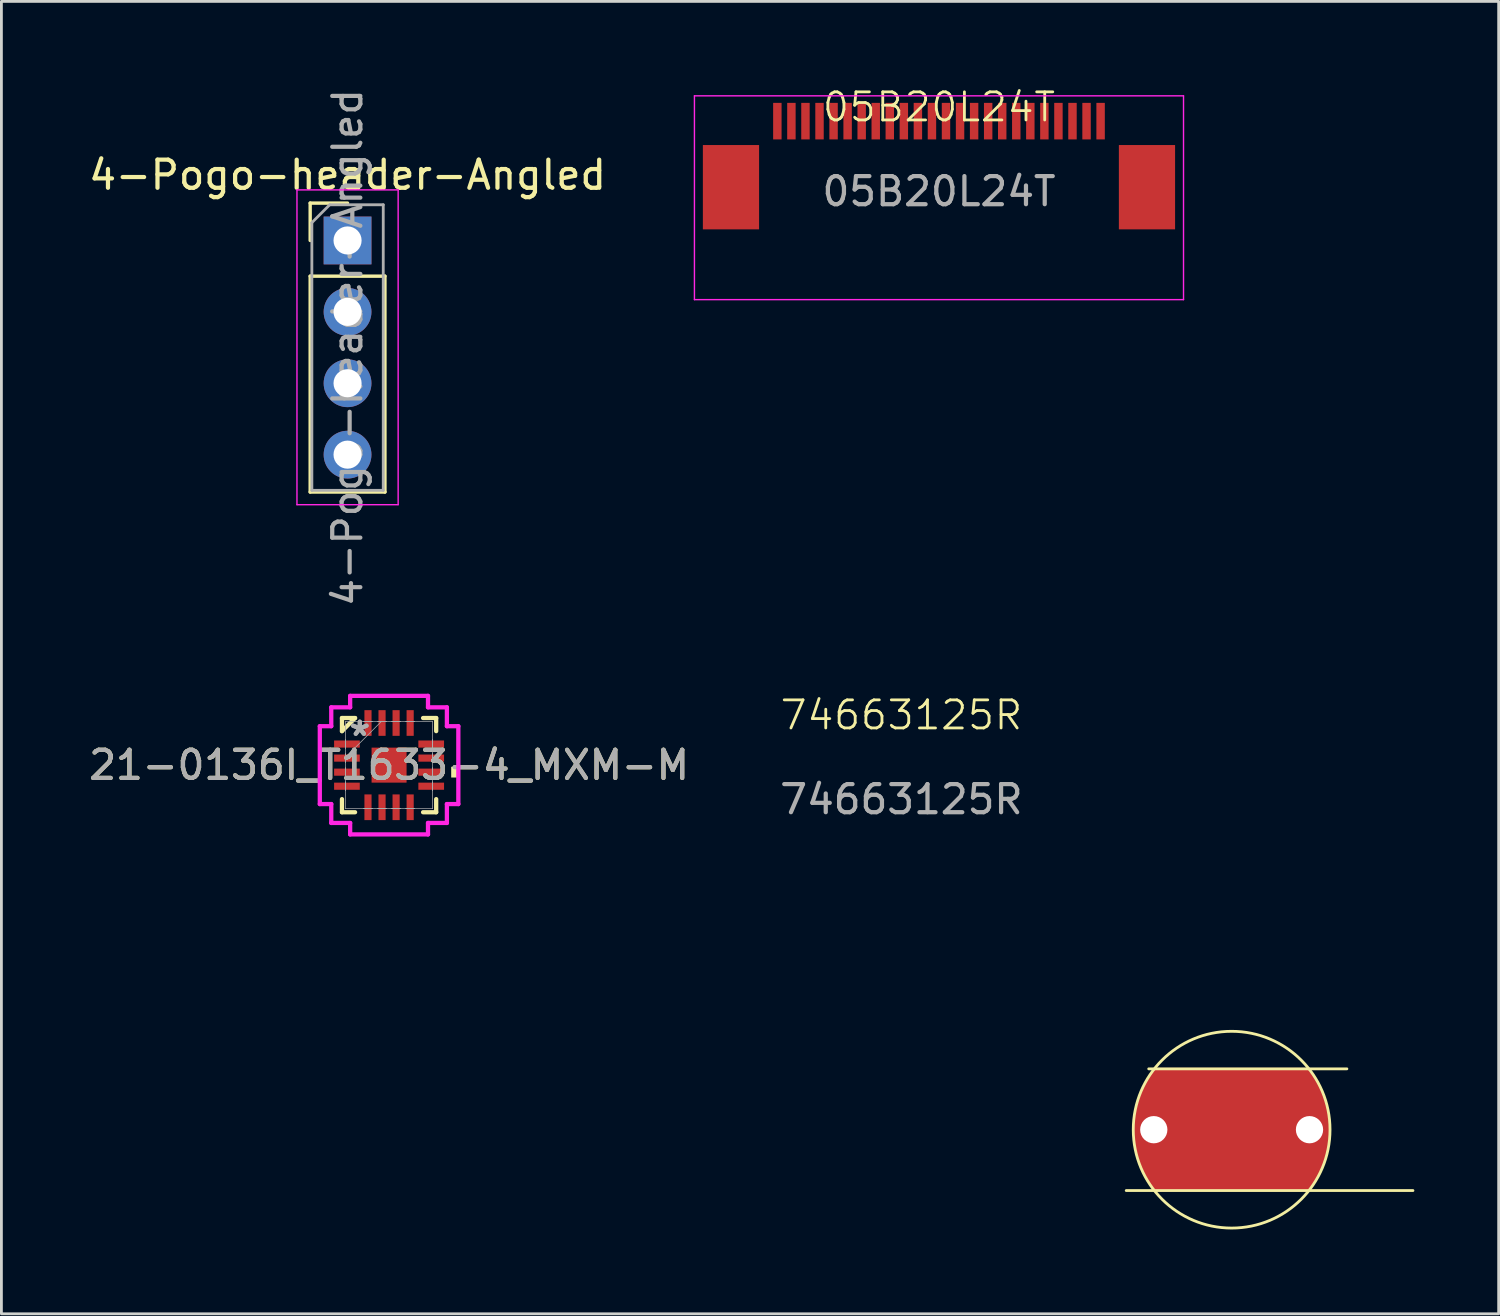
<source format=kicad_pcb>
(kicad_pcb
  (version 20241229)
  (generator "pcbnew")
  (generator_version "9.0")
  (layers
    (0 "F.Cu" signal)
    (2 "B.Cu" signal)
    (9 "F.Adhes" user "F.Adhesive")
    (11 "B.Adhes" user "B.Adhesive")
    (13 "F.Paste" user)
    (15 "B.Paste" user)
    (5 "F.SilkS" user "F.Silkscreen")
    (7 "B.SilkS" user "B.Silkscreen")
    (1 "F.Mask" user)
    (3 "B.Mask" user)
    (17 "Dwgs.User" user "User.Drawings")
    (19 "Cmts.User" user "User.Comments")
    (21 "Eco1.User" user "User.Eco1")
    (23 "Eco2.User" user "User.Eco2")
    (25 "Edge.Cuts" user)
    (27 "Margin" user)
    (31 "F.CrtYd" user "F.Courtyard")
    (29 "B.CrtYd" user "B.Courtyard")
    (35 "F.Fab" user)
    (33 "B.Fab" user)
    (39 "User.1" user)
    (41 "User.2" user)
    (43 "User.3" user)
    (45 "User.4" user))
  (footprint "21-0136I_T1633-4_MXM-M"
    (layer "F.Cu")
    (at 10.792 24.171)
    (property "Reference" "21-0136I_T1633-4_MXM-M" (at 0 0 0) (unlocked yes) (layer "F.SilkS") (effects (font (size 1 1) (thickness 0.15))))
    (attr smd)
    (fp_line (start -1.676 -1.676) (end -1.676 -1.21) (stroke (width 0.152) (type solid)) (layer "F.SilkS"))
    (fp_line (start -1.676 1.21) (end -1.676 1.676) (stroke (width 0.152) (type solid)) (layer "F.SilkS"))
    (fp_line (start -1.676 1.676) (end -1.21 1.676) (stroke (width 0.152) (type solid)) (layer "F.SilkS"))
    (fp_line (start -1.21 -1.676) (end -1.676 -1.676) (stroke (width 0.152) (type solid)) (layer "F.SilkS"))
    (fp_line (start -1.21 -1.676) (end -1.676 -1.21) (stroke (width 0.152) (type default)) (layer "F.SilkS"))
    (fp_line (start 1.21 1.676) (end 1.676 1.676) (stroke (width 0.152) (type solid)) (layer "F.SilkS"))
    (fp_line (start 1.676 -1.676) (end 1.21 -1.676) (stroke (width 0.152) (type solid)) (layer "F.SilkS"))
    (fp_line (start 1.676 -1.21) (end 1.676 -1.676) (stroke (width 0.152) (type solid)) (layer "F.SilkS"))
    (fp_line (start 1.676 1.676) (end 1.676 1.21) (stroke (width 0.152) (type solid)) (layer "F.SilkS"))
    (fp_poly (pts (xy 2.464 0.059) (xy 2.464 0.441) (xy 2.21 0.441) (xy 2.21 0.059)) (stroke (width 0) (type solid)) (fill yes) (layer "F.SilkS"))
    (fp_line (start -2.464 -1.385) (end -2.057 -1.385) (stroke (width 0.152) (type solid)) (layer "F.CrtYd"))
    (fp_line (start -2.464 1.385) (end -2.464 -1.385) (stroke (width 0.152) (type solid)) (layer "F.CrtYd"))
    (fp_line (start -2.057 -2.057) (end -1.385 -2.057) (stroke (width 0.152) (type solid)) (layer "F.CrtYd"))
    (fp_line (start -2.057 -1.385) (end -2.057 -2.057) (stroke (width 0.152) (type solid)) (layer "F.CrtYd"))
    (fp_line (start -2.057 1.385) (end -2.464 1.385) (stroke (width 0.152) (type solid)) (layer "F.CrtYd"))
    (fp_line (start -2.057 2.057) (end -2.057 1.385) (stroke (width 0.152) (type solid)) (layer "F.CrtYd"))
    (fp_line (start -1.385 -2.464) (end 1.385 -2.464) (stroke (width 0.152) (type solid)) (layer "F.CrtYd"))
    (fp_line (start -1.385 -2.057) (end -1.385 -2.464) (stroke (width 0.152) (type solid)) (layer "F.CrtYd"))
    (fp_line (start -1.385 2.057) (end -2.057 2.057) (stroke (width 0.152) (type solid)) (layer "F.CrtYd"))
    (fp_line (start -1.385 2.464) (end -1.385 2.057) (stroke (width 0.152) (type solid)) (layer "F.CrtYd"))
    (fp_line (start 1.385 -2.464) (end 1.385 -2.057) (stroke (width 0.152) (type solid)) (layer "F.CrtYd"))
    (fp_line (start 1.385 -2.057) (end 2.057 -2.057) (stroke (width 0.152) (type solid)) (layer "F.CrtYd"))
    (fp_line (start 1.385 2.057) (end 1.385 2.464) (stroke (width 0.152) (type solid)) (layer "F.CrtYd"))
    (fp_line (start 1.385 2.464) (end -1.385 2.464) (stroke (width 0.152) (type solid)) (layer "F.CrtYd"))
    (fp_line (start 2.057 -2.057) (end 2.057 -1.385) (stroke (width 0.152) (type solid)) (layer "F.CrtYd"))
    (fp_line (start 2.057 -1.385) (end 2.464 -1.385) (stroke (width 0.152) (type solid)) (layer "F.CrtYd"))
    (fp_line (start 2.057 1.385) (end 2.057 2.057) (stroke (width 0.152) (type solid)) (layer "F.CrtYd"))
    (fp_line (start 2.057 2.057) (end 1.385 2.057) (stroke (width 0.152) (type solid)) (layer "F.CrtYd"))
    (fp_line (start 2.464 -1.385) (end 2.464 1.385) (stroke (width 0.152) (type solid)) (layer "F.CrtYd"))
    (fp_line (start 2.464 1.385) (end 2.057 1.385) (stroke (width 0.152) (type solid)) (layer "F.CrtYd"))
    (fp_line (start -1.549 -1.549) (end -1.549 -1.549) (stroke (width 0.025) (type solid)) (layer "F.Fab"))
    (fp_line (start -1.549 -1.549) (end -1.549 1.549) (stroke (width 0.025) (type solid)) (layer "F.Fab"))
    (fp_line (start -1.549 -0.902) (end -1.549 -0.902) (stroke (width 0.025) (type solid)) (layer "F.Fab"))
    (fp_line (start -1.549 -0.902) (end -1.549 -0.598) (stroke (width 0.025) (type solid)) (layer "F.Fab"))
    (fp_line (start -1.549 -0.598) (end -1.549 -0.902) (stroke (width 0.025) (type solid)) (layer "F.Fab"))
    (fp_line (start -1.549 -0.598) (end -1.549 -0.598) (stroke (width 0.025) (type solid)) (layer "F.Fab"))
    (fp_line (start -1.549 -0.402) (end -1.549 -0.402) (stroke (width 0.025) (type solid)) (layer "F.Fab"))
    (fp_line (start -1.549 -0.402) (end -1.549 -0.098) (stroke (width 0.025) (type solid)) (layer "F.Fab"))
    (fp_line (start -1.549 -0.279) (end -0.279 -1.549) (stroke (width 0.025) (type solid)) (layer "F.Fab"))
    (fp_line (start -1.549 -0.098) (end -1.549 -0.402) (stroke (width 0.025) (type solid)) (layer "F.Fab"))
    (fp_line (start -1.549 -0.098) (end -1.549 -0.098) (stroke (width 0.025) (type solid)) (layer "F.Fab"))
    (fp_line (start -1.549 0.098) (end -1.549 0.098) (stroke (width 0.025) (type solid)) (layer "F.Fab"))
    (fp_line (start -1.549 0.098) (end -1.549 0.402) (stroke (width 0.025) (type solid)) (layer "F.Fab"))
    (fp_line (start -1.549 0.402) (end -1.549 0.098) (stroke (width 0.025) (type solid)) (layer "F.Fab"))
    (fp_line (start -1.549 0.402) (end -1.549 0.402) (stroke (width 0.025) (type solid)) (layer "F.Fab"))
    (fp_line (start -1.549 0.598) (end -1.549 0.598) (stroke (width 0.025) (type solid)) (layer "F.Fab"))
    (fp_line (start -1.549 0.598) (end -1.549 0.902) (stroke (width 0.025) (type solid)) (layer "F.Fab"))
    (fp_line (start -1.549 0.902) (end -1.549 0.598) (stroke (width 0.025) (type solid)) (layer "F.Fab"))
    (fp_line (start -1.549 0.902) (end -1.549 0.902) (stroke (width 0.025) (type solid)) (layer "F.Fab"))
    (fp_line (start -1.549 1.549) (end -1.549 1.549) (stroke (width 0.025) (type solid)) (layer "F.Fab"))
    (fp_line (start -1.549 1.549) (end 1.549 1.549) (stroke (width 0.025) (type solid)) (layer "F.Fab"))
    (fp_line (start -0.902 -1.549) (end -0.902 -1.549) (stroke (width 0.025) (type solid)) (layer "F.Fab"))
    (fp_line (start -0.902 -1.549) (end -0.598 -1.549) (stroke (width 0.025) (type solid)) (layer "F.Fab"))
    (fp_line (start -0.902 1.549) (end -0.902 1.549) (stroke (width 0.025) (type solid)) (layer "F.Fab"))
    (fp_line (start -0.902 1.549) (end -0.598 1.549) (stroke (width 0.025) (type solid)) (layer "F.Fab"))
    (fp_line (start -0.598 -1.549) (end -0.902 -1.549) (stroke (width 0.025) (type solid)) (layer "F.Fab"))
    (fp_line (start -0.598 -1.549) (end -0.598 -1.549) (stroke (width 0.025) (type solid)) (layer "F.Fab"))
    (fp_line (start -0.598 1.549) (end -0.902 1.549) (stroke (width 0.025) (type solid)) (layer "F.Fab"))
    (fp_line (start -0.598 1.549) (end -0.598 1.549) (stroke (width 0.025) (type solid)) (layer "F.Fab"))
    (fp_line (start -0.402 -1.549) (end -0.402 -1.549) (stroke (width 0.025) (type solid)) (layer "F.Fab"))
    (fp_line (start -0.402 -1.549) (end -0.098 -1.549) (stroke (width 0.025) (type solid)) (layer "F.Fab"))
    (fp_line (start -0.402 1.549) (end -0.402 1.549) (stroke (width 0.025) (type solid)) (layer "F.Fab"))
    (fp_line (start -0.402 1.549) (end -0.098 1.549) (stroke (width 0.025) (type solid)) (layer "F.Fab"))
    (fp_line (start -0.098 -1.549) (end -0.402 -1.549) (stroke (width 0.025) (type solid)) (layer "F.Fab"))
    (fp_line (start -0.098 -1.549) (end -0.098 -1.549) (stroke (width 0.025) (type solid)) (layer "F.Fab"))
    (fp_line (start -0.098 1.549) (end -0.402 1.549) (stroke (width 0.025) (type solid)) (layer "F.Fab"))
    (fp_line (start -0.098 1.549) (end -0.098 1.549) (stroke (width 0.025) (type solid)) (layer "F.Fab"))
    (fp_line (start 0.098 -1.549) (end 0.098 -1.549) (stroke (width 0.025) (type solid)) (layer "F.Fab"))
    (fp_line (start 0.098 -1.549) (end 0.402 -1.549) (stroke (width 0.025) (type solid)) (layer "F.Fab"))
    (fp_line (start 0.098 1.549) (end 0.098 1.549) (stroke (width 0.025) (type solid)) (layer "F.Fab"))
    (fp_line (start 0.098 1.549) (end 0.402 1.549) (stroke (width 0.025) (type solid)) (layer "F.Fab"))
    (fp_line (start 0.402 -1.549) (end 0.098 -1.549) (stroke (width 0.025) (type solid)) (layer "F.Fab"))
    (fp_line (start 0.402 -1.549) (end 0.402 -1.549) (stroke (width 0.025) (type solid)) (layer "F.Fab"))
    (fp_line (start 0.402 1.549) (end 0.098 1.549) (stroke (width 0.025) (type solid)) (layer "F.Fab"))
    (fp_line (start 0.402 1.549) (end 0.402 1.549) (stroke (width 0.025) (type solid)) (layer "F.Fab"))
    (fp_line (start 0.598 -1.549) (end 0.598 -1.549) (stroke (width 0.025) (type solid)) (layer "F.Fab"))
    (fp_line (start 0.598 -1.549) (end 0.902 -1.549) (stroke (width 0.025) (type solid)) (layer "F.Fab"))
    (fp_line (start 0.598 1.549) (end 0.598 1.549) (stroke (width 0.025) (type solid)) (layer "F.Fab"))
    (fp_line (start 0.598 1.549) (end 0.902 1.549) (stroke (width 0.025) (type solid)) (layer "F.Fab"))
    (fp_line (start 0.902 -1.549) (end 0.598 -1.549) (stroke (width 0.025) (type solid)) (layer "F.Fab"))
    (fp_line (start 0.902 -1.549) (end 0.902 -1.549) (stroke (width 0.025) (type solid)) (layer "F.Fab"))
    (fp_line (start 0.902 1.549) (end 0.598 1.549) (stroke (width 0.025) (type solid)) (layer "F.Fab"))
    (fp_line (start 0.902 1.549) (end 0.902 1.549) (stroke (width 0.025) (type solid)) (layer "F.Fab"))
    (fp_line (start 1.549 -1.549) (end -1.549 -1.549) (stroke (width 0.025) (type solid)) (layer "F.Fab"))
    (fp_line (start 1.549 -1.549) (end 1.549 -1.549) (stroke (width 0.025) (type solid)) (layer "F.Fab"))
    (fp_line (start 1.549 -0.902) (end 1.549 -0.902) (stroke (width 0.025) (type solid)) (layer "F.Fab"))
    (fp_line (start 1.549 -0.902) (end 1.549 -0.598) (stroke (width 0.025) (type solid)) (layer "F.Fab"))
    (fp_line (start 1.549 -0.598) (end 1.549 -0.902) (stroke (width 0.025) (type solid)) (layer "F.Fab"))
    (fp_line (start 1.549 -0.598) (end 1.549 -0.598) (stroke (width 0.025) (type solid)) (layer "F.Fab"))
    (fp_line (start 1.549 -0.402) (end 1.549 -0.402) (stroke (width 0.025) (type solid)) (layer "F.Fab"))
    (fp_line (start 1.549 -0.402) (end 1.549 -0.098) (stroke (width 0.025) (type solid)) (layer "F.Fab"))
    (fp_line (start 1.549 -0.098) (end 1.549 -0.402) (stroke (width 0.025) (type solid)) (layer "F.Fab"))
    (fp_line (start 1.549 -0.098) (end 1.549 -0.098) (stroke (width 0.025) (type solid)) (layer "F.Fab"))
    (fp_line (start 1.549 0.098) (end 1.549 0.098) (stroke (width 0.025) (type solid)) (layer "F.Fab"))
    (fp_line (start 1.549 0.098) (end 1.549 0.402) (stroke (width 0.025) (type solid)) (layer "F.Fab"))
    (fp_line (start 1.549 0.402) (end 1.549 0.098) (stroke (width 0.025) (type solid)) (layer "F.Fab"))
    (fp_line (start 1.549 0.402) (end 1.549 0.402) (stroke (width 0.025) (type solid)) (layer "F.Fab"))
    (fp_line (start 1.549 0.598) (end 1.549 0.598) (stroke (width 0.025) (type solid)) (layer "F.Fab"))
    (fp_line (start 1.549 0.598) (end 1.549 0.902) (stroke (width 0.025) (type solid)) (layer "F.Fab"))
    (fp_line (start 1.549 0.902) (end 1.549 0.598) (stroke (width 0.025) (type solid)) (layer "F.Fab"))
    (fp_line (start 1.549 0.902) (end 1.549 0.902) (stroke (width 0.025) (type solid)) (layer "F.Fab"))
    (fp_line (start 1.549 1.549) (end 1.549 -1.549) (stroke (width 0.025) (type solid)) (layer "F.Fab"))
    (fp_line (start 1.549 1.549) (end 1.549 1.549) (stroke (width 0.025) (type solid)) (layer "F.Fab"))
    (fp_text user "${REFERENCE}" (at 0 0 0) (unlocked yes) (layer "F.Fab") (effects (font (size 1 1) (thickness 0.15))))
    (fp_text user "*" (at -1.041 -1 0) (unlocked yes) (layer "F.Fab") (effects (font (size 1 1) (thickness 0.15))))
    (fp_text user "*" (at -1.041 -1 0) (layer "F.Fab") (effects (font (size 1 1) (thickness 0.15))))
    (pad "1" smd rect (at -1.499 -0.75 90) (size 0.254 0.914) (layers "F.Cu" "F.Mask" "F.Paste"))
    (pad "2" smd rect (at -1.499 -0.25 90) (size 0.254 0.914) (layers "F.Cu" "F.Mask" "F.Paste"))
    (pad "3" smd rect (at -1.499 0.25 90) (size 0.254 0.914) (layers "F.Cu" "F.Mask" "F.Paste"))
    (pad "4" smd rect (at -1.499 0.75 90) (size 0.254 0.914) (layers "F.Cu" "F.Mask" "F.Paste"))
    (pad "5" smd rect (at -0.75 1.499) (size 0.254 0.914) (layers "F.Cu" "F.Mask" "F.Paste"))
    (pad "6" smd rect (at -0.25 1.499) (size 0.254 0.914) (layers "F.Cu" "F.Mask" "F.Paste"))
    (pad "7" smd rect (at 0.25 1.499) (size 0.254 0.914) (layers "F.Cu" "F.Mask" "F.Paste"))
    (pad "8" smd rect (at 0.75 1.499) (size 0.254 0.914) (layers "F.Cu" "F.Mask" "F.Paste"))
    (pad "9" smd rect (at 1.499 0.75 90) (size 0.254 0.914) (layers "F.Cu" "F.Mask" "F.Paste"))
    (pad "10" smd rect (at 1.499 0.25 90) (size 0.254 0.914) (layers "F.Cu" "F.Mask" "F.Paste"))
    (pad "11" smd rect (at 1.499 -0.25 90) (size 0.254 0.914) (layers "F.Cu" "F.Mask" "F.Paste"))
    (pad "12" smd rect (at 1.499 -0.75 90) (size 0.254 0.914) (layers "F.Cu" "F.Mask" "F.Paste"))
    (pad "13" smd rect (at 0.75 -1.499) (size 0.254 0.914) (layers "F.Cu" "F.Mask" "F.Paste"))
    (pad "14" smd rect (at 0.25 -1.499) (size 0.254 0.914) (layers "F.Cu" "F.Mask" "F.Paste"))
    (pad "15" smd rect (at -0.25 -1.499) (size 0.254 0.914) (layers "F.Cu" "F.Mask" "F.Paste"))
    (pad "16" smd rect (at -0.75 -1.499) (size 0.254 0.914) (layers "F.Cu" "F.Mask" "F.Paste"))
    (pad "17" smd rect (at 0 0) (size 1.245 1.245) (layers "F.Cu" "F.Mask" "F.Paste")))
  (footprint "05B20L24T"
    (layer "F.Cu")
    (at 30.356 1.26)
    (property "Reference" "05B20L24T" (at 0 -0.5 0) (unlocked yes) (layer "F.SilkS") (effects (font (size 1 1) (thickness 0.1))))
    (attr smd)
    (fp_line (start -8.7 -0.9) (end -8.7 6.35) (stroke (width 0.05) (type default)) (layer "F.CrtYd"))
    (fp_line (start -8.7 -0.9) (end 8.7 -0.9) (stroke (width 0.05) (type default)) (layer "F.CrtYd"))
    (fp_line (start -8.7 6.35) (end 8.7 6.35) (stroke (width 0.05) (type default)) (layer "F.CrtYd"))
    (fp_line (start 8.7 -0.9) (end 8.7 6.35) (stroke (width 0.05) (type default)) (layer "F.CrtYd"))
    (fp_text user "${REFERENCE}" (at 0 2.5 0) (unlocked yes) (layer "F.Fab") (effects (font (size 1 1) (thickness 0.15))))
    (pad "0" smd rect (at -7.4 2.35) (size 2 3) (layers "F.Cu" "F.Mask" "F.Paste"))
    (pad "0" smd rect (at 7.4 2.35) (size 2 3) (layers "F.Cu" "F.Mask" "F.Paste"))
    (pad "1" smd rect (at -5.75 0) (size 0.3 1.3) (layers "F.Cu" "F.Mask" "F.Paste"))
    (pad "2" smd rect (at -5.25 0) (size 0.3 1.3) (layers "F.Cu" "F.Mask" "F.Paste"))
    (pad "3" smd rect (at -4.75 0) (size 0.3 1.3) (layers "F.Cu" "F.Mask" "F.Paste"))
    (pad "4" smd rect (at -4.25 0) (size 0.3 1.3) (layers "F.Cu" "F.Mask" "F.Paste"))
    (pad "5" smd rect (at -3.75 0) (size 0.3 1.3) (layers "F.Cu" "F.Mask" "F.Paste"))
    (pad "6" smd rect (at -3.25 0) (size 0.3 1.3) (layers "F.Cu" "F.Mask" "F.Paste"))
    (pad "7" smd rect (at -2.75 0) (size 0.3 1.3) (layers "F.Cu" "F.Mask" "F.Paste"))
    (pad "8" smd rect (at -2.25 0) (size 0.3 1.3) (layers "F.Cu" "F.Mask" "F.Paste"))
    (pad "9" smd rect (at -1.75 0) (size 0.3 1.3) (layers "F.Cu" "F.Mask" "F.Paste"))
    (pad "10" smd rect (at -1.25 0) (size 0.3 1.3) (layers "F.Cu" "F.Mask" "F.Paste"))
    (pad "11" smd rect (at -0.75 0) (size 0.3 1.3) (layers "F.Cu" "F.Mask" "F.Paste"))
    (pad "12" smd rect (at -0.25 0) (size 0.3 1.3) (layers "F.Cu" "F.Mask" "F.Paste"))
    (pad "13" smd rect (at 0.25 0) (size 0.3 1.3) (layers "F.Cu" "F.Mask" "F.Paste"))
    (pad "14" smd rect (at 0.75 0) (size 0.3 1.3) (layers "F.Cu" "F.Mask" "F.Paste"))
    (pad "15" smd rect (at 1.25 0) (size 0.3 1.3) (layers "F.Cu" "F.Mask" "F.Paste"))
    (pad "16" smd rect (at 1.75 0) (size 0.3 1.3) (layers "F.Cu" "F.Mask" "F.Paste"))
    (pad "17" smd rect (at 2.25 0) (size 0.3 1.3) (layers "F.Cu" "F.Mask" "F.Paste"))
    (pad "18" smd rect (at 2.75 0) (size 0.3 1.3) (layers "F.Cu" "F.Mask" "F.Paste"))
    (pad "19" smd rect (at 3.25 0) (size 0.3 1.3) (layers "F.Cu" "F.Mask" "F.Paste"))
    (pad "20" smd rect (at 3.75 0) (size 0.3 1.3) (layers "F.Cu" "F.Mask" "F.Paste"))
    (pad "21" smd rect (at 4.25 0) (size 0.3 1.3) (layers "F.Cu" "F.Mask" "F.Paste"))
    (pad "22" smd rect (at 4.75 0) (size 0.3 1.3) (layers "F.Cu" "F.Mask" "F.Paste"))
    (pad "23" smd rect (at 5.25 0) (size 0.3 1.3) (layers "F.Cu" "F.Mask" "F.Paste"))
    (pad "24" smd rect (at 5.75 0) (size 0.3 1.3) (layers "F.Cu" "F.Mask" "F.Paste")))
  (footprint "4-Pogo-header-Angled"
    (layer "F.Cu")
    (at 9.315 5.505)
    (property "Reference" "4-Pogo-header-Angled" (at 0 -2.33 0) (layer "F.SilkS") (effects (font (size 1 1) (thickness 0.15))))
    (attr through_hole)
    (fp_line (start -1.33 -1.33) (end 0 -1.33) (stroke (width 0.12) (type solid)) (layer "F.SilkS"))
    (fp_line (start -1.33 0) (end -1.33 -1.33) (stroke (width 0.12) (type solid)) (layer "F.SilkS"))
    (fp_line (start -1.33 1.27) (end -1.33 8.95) (stroke (width 0.12) (type solid)) (layer "F.SilkS"))
    (fp_line (start -1.33 1.27) (end 1.33 1.27) (stroke (width 0.12) (type solid)) (layer "F.SilkS"))
    (fp_line (start -1.33 8.95) (end 1.33 8.95) (stroke (width 0.12) (type solid)) (layer "F.SilkS"))
    (fp_line (start 1.33 1.27) (end 1.33 8.95) (stroke (width 0.12) (type solid)) (layer "F.SilkS"))
    (fp_line (start -1.8 -1.8) (end -1.8 9.4) (stroke (width 0.05) (type solid)) (layer "F.CrtYd"))
    (fp_line (start -1.8 9.4) (end 1.8 9.4) (stroke (width 0.05) (type solid)) (layer "F.CrtYd"))
    (fp_line (start 1.8 -1.8) (end -1.8 -1.8) (stroke (width 0.05) (type solid)) (layer "F.CrtYd"))
    (fp_line (start 1.8 9.4) (end 1.8 -1.8) (stroke (width 0.05) (type solid)) (layer "F.CrtYd"))
    (fp_line (start -1.27 -0.635) (end -0.635 -1.27) (stroke (width 0.1) (type solid)) (layer "F.Fab"))
    (fp_line (start -1.27 8.89) (end -1.27 -0.635) (stroke (width 0.1) (type solid)) (layer "F.Fab"))
    (fp_line (start -0.635 -1.27) (end 1.27 -1.27) (stroke (width 0.1) (type solid)) (layer "F.Fab"))
    (fp_line (start 1.27 -1.27) (end 1.27 8.89) (stroke (width 0.1) (type solid)) (layer "F.Fab"))
    (fp_line (start 1.27 8.89) (end -1.27 8.89) (stroke (width 0.1) (type solid)) (layer "F.Fab"))
    (fp_text user "${REFERENCE}" (at 0 3.81 90) (layer "F.Fab") (effects (font (size 1 1) (thickness 0.15))))
    (pad "1" thru_hole rect (at 0 0) (size 1.7 1.7) (drill 1) (layers "*.Cu" "*.Mask"))
    (pad "2" thru_hole oval (at 0 2.54) (size 1.7 1.7) (drill 1) (layers "*.Cu" "*.Mask"))
    (pad "3" thru_hole oval (at 0 5.08) (size 1.7 1.7) (drill 1) (layers "*.Cu" "*.Mask"))
    (pad "4" thru_hole oval (at 0 7.62) (size 1.7 1.7) (drill 1) (layers "*.Cu" "*.Mask")))
  (footprint "74663125R"
    (layer "F.Cu")
    (at 40.768 37.141)
    (property "Reference" "74663125R" (at -11.75 -14.75 0) (unlocked yes) (layer "F.SilkS") (effects (font (size 1 1) (thickness 0.1))))
    (attr smd)
    (fp_line (start -3.75 2.165) (end 6.45 2.165) (stroke (width 0.1) (type default)) (layer "F.SilkS"))
    (fp_line (start -2.95 -2.165) (end 4.1 -2.165) (stroke (width 0.1) (type default)) (layer "F.SilkS"))
    (fp_circle (center 0 0) (end 3.5 0) (stroke (width 0.1) (type default)) (fill no) (layer "F.SilkS"))
    (fp_text user "${REFERENCE}" (at -11.75 -11.75 0) (unlocked yes) (layer "F.Fab") (effects (font (size 1 1) (thickness 0.15))))
    (pad "" np_thru_hole circle (at -2.77 0) (size 0.97 0.97) (drill 0.97) (layers "*.Cu" "*.Mask"))
    (pad "" np_thru_hole circle (at 2.77 0) (size 0.97 0.97) (drill 0.97) (layers "*.Cu" "*.Mask"))
    (pad "1" smd custom (at 0 0) (size 0.97 0.97) (layers "F.Cu" "F.Mask" "F.Paste") (options (anchor rect)) (primitives (gr_poly (pts (xy 3.5 0) (xy 3.481 -0.366) (xy 3.424 -0.728) (xy 3.329 -1.082) (xy 3.197 -1.424) (xy 3.031 -1.75) (xy 2.882 -2.007) (xy 2.8 -2.15) (xy 2.75 -2.2) (xy -2.7 -2.2) (xy -2.75 -2.15) (xy -2.832 -2.057) (xy -3.031 -1.75) (xy -3.197 -1.424) (xy -3.329 -1.082) (xy -3.424 -0.728) (xy -3.481 -0.366) (xy -3.5 0) (xy -3.481 0.366) (xy -3.424 0.728) (xy -3.329 1.082) (xy -3.197 1.424) (xy -3.031 1.75) (xy -2.832 2.057) (xy -2.7 2.2) (xy 2.75 2.2) (xy 2.832 2.057) (xy 3.031 1.75) (xy 3.197 1.424) (xy 3.329 1.082) (xy 3.424 0.728) (xy 3.481 0.366) (xy 3.5 0)) (width 0) (fill yes))))
    (zone (net_name "") (layer "F.Cu") (hatch edge 0.5) (connect_pads) (min_thickness 0.25) (filled_areas_thickness no) (keepout (tracks not_allowed) (vias not_allowed) (pads not_allowed) (copperpour allowed) (footprints allowed)) (placement (enabled no)) (fill) (polygon (pts (xy 44.568 34.991) (xy 37.118 34.991) (xy 37.518 32.591) (xy 43.968 32.691) (xy 43.968 33.641)))))
  (gr_rect
    (start -3 -3)
    (end 50.268 43.691)
    (stroke (width 0.1) (type default))
    (fill no)
    (layer "Edge.Cuts")))
</source>
